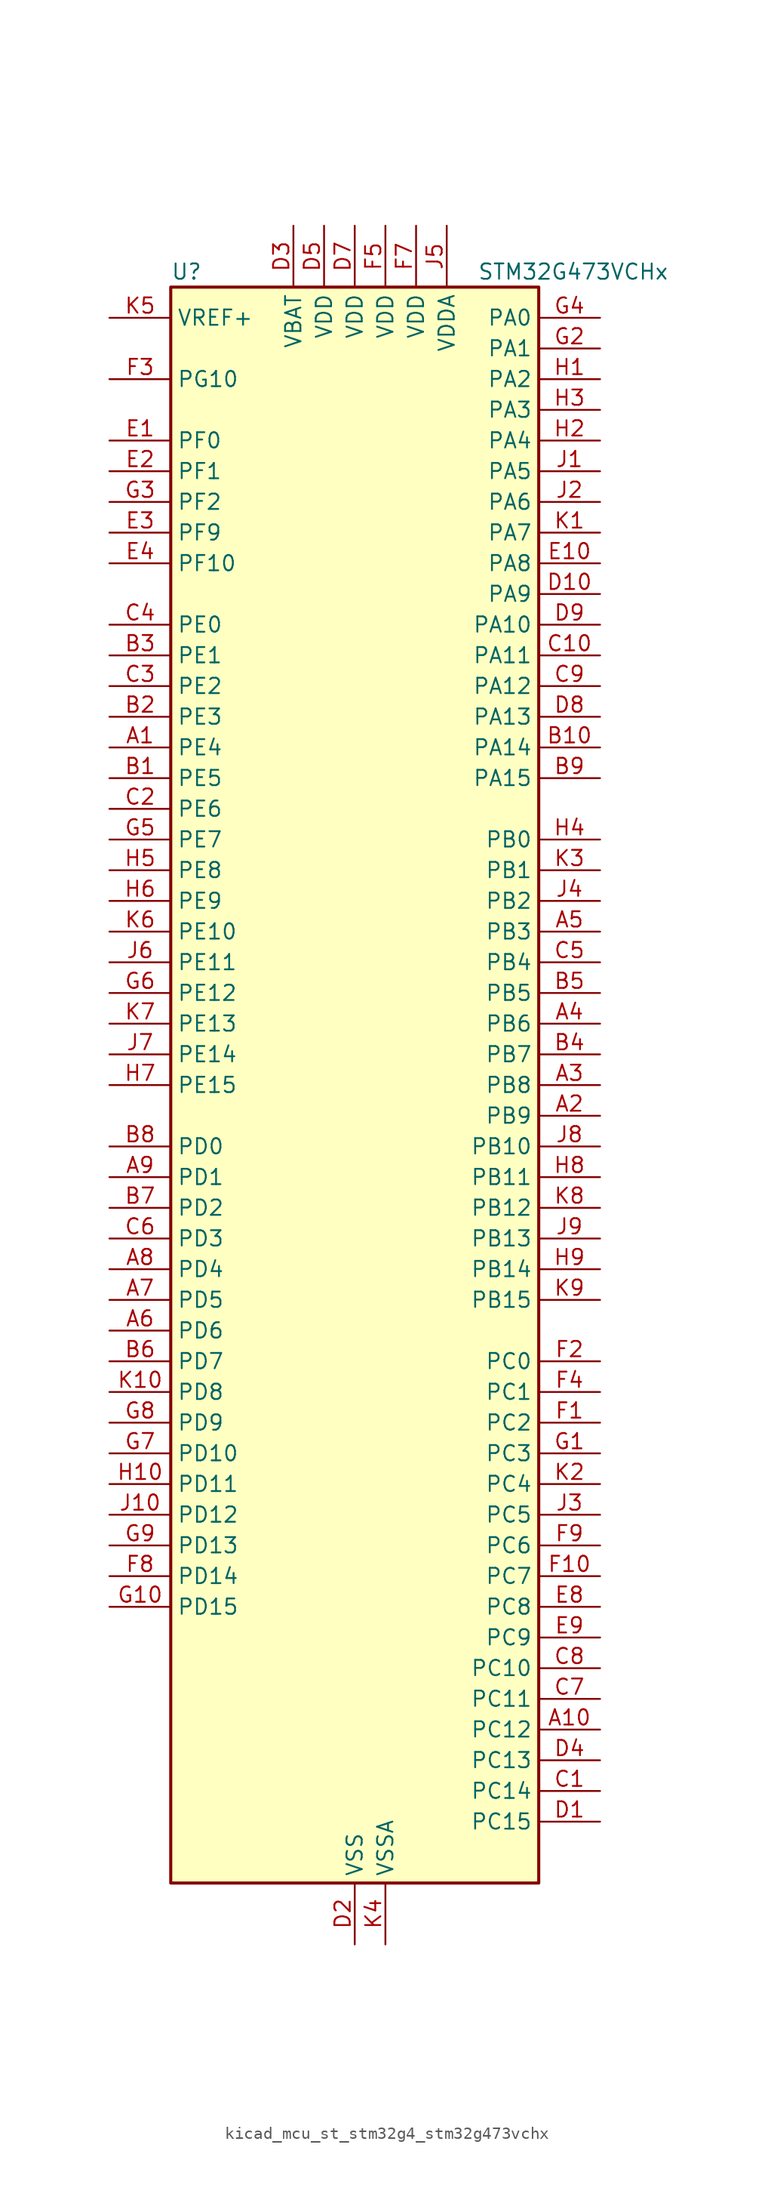
<source format=kicad_sym>
(kicad_symbol_lib
  (version 20220914)
  (generator kicad_symbol_editor)
  (symbol "kicad_mcu_st_stm32g4_stm32g473vchx"
    (property "Reference" "U"
      (at -15.24 67.31 0)
      (effects (font (size 1.27 1.27)) (justify left)))
    (property "Value" "STM32G473VCHx"
      (at 10.16 67.31 0)
      (effects (font (size 1.27 1.27)) (justify left)))
    (property "ki_locked" ""
      (at 0 0 0)
      (effects (font (size 1.27 1.27))))
    (symbol "kicad_mcu_st_stm32g4_stm32g473vchx_0_1"
      (rectangle (start -15.24 -66.04) (end 15.24 66.04) (stroke (width 0.254) (type default)) (fill (type background))))
    (symbol "kicad_mcu_st_stm32g4_stm32g473vchx_1_1"
      (pin bidirectional line (at -20.32 27.94 0) (length 5.08) (name "PE4" (effects (font (size 1.27 1.27)))) (number "A1" (effects (font (size 1.27 1.27)))) (alternate "FMC_A20" bidirectional line) (alternate "SAI1_D2" bidirectional line) (alternate "SAI1_FS_A" bidirectional line) (alternate "SPI4_NSS" bidirectional line) (alternate "SYS_TRACED1" bidirectional line) (alternate "TIM20_CH1N" bidirectional line) (alternate "TIM3_CH3" bidirectional line))
      (pin bidirectional line (at 20.32 -53.34 180) (length 5.08) (name "PC12" (effects (font (size 1.27 1.27)))) (number "A10" (effects (font (size 1.27 1.27)))) (alternate "I2S3_SD" bidirectional line) (alternate "SPI3_MOSI" bidirectional line) (alternate "TIM5_CH2" bidirectional line) (alternate "TIM8_CH3N" bidirectional line) (alternate "UART5_TX" bidirectional line) (alternate "UCPD1_FRSTX1" bidirectional line) (alternate "UCPD1_FRSTX2" bidirectional line) (alternate "USART3_CK" bidirectional line))
      (pin bidirectional line (at 20.32 -2.54 180) (length 5.08) (name "PB9" (effects (font (size 1.27 1.27)))) (number "A2" (effects (font (size 1.27 1.27)))) (alternate "COMP2_OUT" bidirectional line) (alternate "DAC1_EXTI9" bidirectional line) (alternate "DAC2_EXTI9" bidirectional line) (alternate "DAC3_EXTI9" bidirectional line) (alternate "DAC4_EXTI9" bidirectional line) (alternate "FDCAN1_TX" bidirectional line) (alternate "I2C1_SDA" bidirectional line) (alternate "IR_OUT" bidirectional line) (alternate "SAI1_D2" bidirectional line) (alternate "SAI1_FS_A" bidirectional line) (alternate "TIM17_CH1" bidirectional line) (alternate "TIM1_CH3N" bidirectional line) (alternate "TIM4_CH4" bidirectional line) (alternate "TIM8_CH3" bidirectional line) (alternate "USART3_TX" bidirectional line))
      (pin bidirectional line (at 20.32 0 180) (length 5.08) (name "PB8" (effects (font (size 1.27 1.27)))) (number "A3" (effects (font (size 1.27 1.27)))) (alternate "COMP1_OUT" bidirectional line) (alternate "FDCAN1_RX" bidirectional line) (alternate "I2C1_SCL" bidirectional line) (alternate "SAI1_CK1" bidirectional line) (alternate "SAI1_MCLK_A" bidirectional line) (alternate "TIM16_CH1" bidirectional line) (alternate "TIM1_BKIN" bidirectional line) (alternate "TIM4_CH3" bidirectional line) (alternate "TIM8_CH2" bidirectional line) (alternate "USART3_RX" bidirectional line))
      (pin bidirectional line (at 20.32 5.08 180) (length 5.08) (name "PB6" (effects (font (size 1.27 1.27)))) (number "A4" (effects (font (size 1.27 1.27)))) (alternate "COMP4_OUT" bidirectional line) (alternate "FDCAN2_TX" bidirectional line) (alternate "LPTIM1_ETR" bidirectional line) (alternate "SAI1_FS_B" bidirectional line) (alternate "TIM16_CH1N" bidirectional line) (alternate "TIM4_CH1" bidirectional line) (alternate "TIM8_BKIN2" bidirectional line) (alternate "TIM8_CH1" bidirectional line) (alternate "TIM8_ETR" bidirectional line) (alternate "UCPD1_CC1" bidirectional line) (alternate "USART1_TX" bidirectional line))
      (pin bidirectional line (at 20.32 12.7 180) (length 5.08) (name "PB3" (effects (font (size 1.27 1.27)))) (number "A5" (effects (font (size 1.27 1.27)))) (alternate "ADC3_EXTI3" bidirectional line) (alternate "ADC4_EXTI3" bidirectional line) (alternate "ADC5_EXTI3" bidirectional line) (alternate "CRS_SYNC" bidirectional line) (alternate "FDCAN3_RX" bidirectional line) (alternate "I2S3_CK" bidirectional line) (alternate "SAI1_SCK_B" bidirectional line) (alternate "SPI1_SCK" bidirectional line) (alternate "SPI3_SCK" bidirectional line) (alternate "SYS_JTDO-SWO" bidirectional line) (alternate "TIM2_CH2" bidirectional line) (alternate "TIM3_ETR" bidirectional line) (alternate "TIM4_ETR" bidirectional line) (alternate "TIM8_CH1N" bidirectional line) (alternate "USART2_TX" bidirectional line))
      (pin bidirectional line (at -20.32 -20.32 0) (length 5.08) (name "PD6" (effects (font (size 1.27 1.27)))) (number "A6" (effects (font (size 1.27 1.27)))) (alternate "FMC_NWAIT" bidirectional line) (alternate "QUADSPI1_BK2_IO2" bidirectional line) (alternate "SAI1_D1" bidirectional line) (alternate "SAI1_SD_A" bidirectional line) (alternate "TIM2_CH4" bidirectional line) (alternate "USART2_RX" bidirectional line))
      (pin bidirectional line (at -20.32 -17.78 0) (length 5.08) (name "PD5" (effects (font (size 1.27 1.27)))) (number "A7" (effects (font (size 1.27 1.27)))) (alternate "FMC_NWE" bidirectional line) (alternate "QUADSPI1_BK2_IO1" bidirectional line) (alternate "USART2_TX" bidirectional line))
      (pin bidirectional line (at -20.32 -15.24 0) (length 5.08) (name "PD4" (effects (font (size 1.27 1.27)))) (number "A8" (effects (font (size 1.27 1.27)))) (alternate "FMC_NOE" bidirectional line) (alternate "QUADSPI1_BK2_IO0" bidirectional line) (alternate "TIM2_CH2" bidirectional line) (alternate "USART2_DE" bidirectional line) (alternate "USART2_RTS" bidirectional line))
      (pin bidirectional line (at -20.32 -7.62 0) (length 5.08) (name "PD1" (effects (font (size 1.27 1.27)))) (number "A9" (effects (font (size 1.27 1.27)))) (alternate "FDCAN1_TX" bidirectional line) (alternate "FMC_D3" bidirectional line) (alternate "FMC_DA3" bidirectional line) (alternate "TIM8_BKIN2" bidirectional line) (alternate "TIM8_CH4" bidirectional line))
      (pin bidirectional line (at -20.32 25.4 0) (length 5.08) (name "PE5" (effects (font (size 1.27 1.27)))) (number "B1" (effects (font (size 1.27 1.27)))) (alternate "FMC_A21" bidirectional line) (alternate "SAI1_CK2" bidirectional line) (alternate "SAI1_SCK_A" bidirectional line) (alternate "SPI4_MISO" bidirectional line) (alternate "SYS_TRACED2" bidirectional line) (alternate "TIM20_CH2N" bidirectional line) (alternate "TIM3_CH4" bidirectional line))
      (pin bidirectional line (at 20.32 27.94 180) (length 5.08) (name "PA14" (effects (font (size 1.27 1.27)))) (number "B10" (effects (font (size 1.27 1.27)))) (alternate "I2C1_SDA" bidirectional line) (alternate "I2C4_SMBA" bidirectional line) (alternate "LPTIM1_OUT" bidirectional line) (alternate "SAI1_FS_B" bidirectional line) (alternate "SYS_JTCK-SWCLK" bidirectional line) (alternate "TIM1_BKIN" bidirectional line) (alternate "TIM8_CH2" bidirectional line) (alternate "USART2_TX" bidirectional line))
      (pin bidirectional line (at -20.32 30.48 0) (length 5.08) (name "PE3" (effects (font (size 1.27 1.27)))) (number "B2" (effects (font (size 1.27 1.27)))) (alternate "ADC3_EXTI3" bidirectional line) (alternate "ADC4_EXTI3" bidirectional line) (alternate "ADC5_EXTI3" bidirectional line) (alternate "FMC_A19" bidirectional line) (alternate "SAI1_SD_B" bidirectional line) (alternate "SPI4_NSS" bidirectional line) (alternate "SYS_TRACED0" bidirectional line) (alternate "TIM20_CH2" bidirectional line) (alternate "TIM3_CH2" bidirectional line))
      (pin bidirectional line (at -20.32 35.56 0) (length 5.08) (name "PE1" (effects (font (size 1.27 1.27)))) (number "B3" (effects (font (size 1.27 1.27)))) (alternate "FMC_NBL1" bidirectional line) (alternate "TIM17_CH1" bidirectional line) (alternate "TIM20_CH4" bidirectional line) (alternate "USART1_RX" bidirectional line))
      (pin bidirectional line (at 20.32 2.54 180) (length 5.08) (name "PB7" (effects (font (size 1.27 1.27)))) (number "B4" (effects (font (size 1.27 1.27)))) (alternate "COMP3_OUT" bidirectional line) (alternate "FMC_NL" bidirectional line) (alternate "I2C1_SDA" bidirectional line) (alternate "I2C4_SDA" bidirectional line) (alternate "LPTIM1_IN2" bidirectional line) (alternate "SYS_PVD_IN" bidirectional line) (alternate "TIM17_CH1N" bidirectional line) (alternate "TIM3_CH4" bidirectional line) (alternate "TIM4_CH2" bidirectional line) (alternate "TIM8_BKIN" bidirectional line) (alternate "UART4_CTS" bidirectional line) (alternate "USART1_RX" bidirectional line))
      (pin bidirectional line (at 20.32 7.62 180) (length 5.08) (name "PB5" (effects (font (size 1.27 1.27)))) (number "B5" (effects (font (size 1.27 1.27)))) (alternate "FDCAN2_RX" bidirectional line) (alternate "I2C1_SMBA" bidirectional line) (alternate "I2C3_SDA" bidirectional line) (alternate "I2S3_SD" bidirectional line) (alternate "LPTIM1_IN1" bidirectional line) (alternate "SAI1_SD_B" bidirectional line) (alternate "SPI1_MOSI" bidirectional line) (alternate "SPI3_MOSI" bidirectional line) (alternate "TIM16_BKIN" bidirectional line) (alternate "TIM17_CH1" bidirectional line) (alternate "TIM3_CH2" bidirectional line) (alternate "TIM8_CH3N" bidirectional line) (alternate "UART5_CTS" bidirectional line) (alternate "USART2_CK" bidirectional line))
      (pin bidirectional line (at -20.32 -22.86 0) (length 5.08) (name "PD7" (effects (font (size 1.27 1.27)))) (number "B6" (effects (font (size 1.27 1.27)))) (alternate "FMC_NCE" bidirectional line) (alternate "FMC_NE1" bidirectional line) (alternate "QUADSPI1_BK2_IO3" bidirectional line) (alternate "TIM2_CH3" bidirectional line) (alternate "USART2_CK" bidirectional line))
      (pin bidirectional line (at -20.32 -10.16 0) (length 5.08) (name "PD2" (effects (font (size 1.27 1.27)))) (number "B7" (effects (font (size 1.27 1.27)))) (alternate "ADC3_EXTI2" bidirectional line) (alternate "ADC4_EXTI2" bidirectional line) (alternate "ADC5_EXTI2" bidirectional line) (alternate "TIM3_ETR" bidirectional line) (alternate "TIM8_BKIN" bidirectional line) (alternate "UART5_RX" bidirectional line))
      (pin bidirectional line (at -20.32 -5.08 0) (length 5.08) (name "PD0" (effects (font (size 1.27 1.27)))) (number "B8" (effects (font (size 1.27 1.27)))) (alternate "FDCAN1_RX" bidirectional line) (alternate "FMC_D2" bidirectional line) (alternate "FMC_DA2" bidirectional line) (alternate "TIM8_CH4N" bidirectional line))
      (pin bidirectional line (at 20.32 25.4 180) (length 5.08) (name "PA15" (effects (font (size 1.27 1.27)))) (number "B9" (effects (font (size 1.27 1.27)))) (alternate "ADC1_EXTI15" bidirectional line) (alternate "ADC2_EXTI15" bidirectional line) (alternate "FDCAN3_TX" bidirectional line) (alternate "I2C1_SCL" bidirectional line) (alternate "I2S3_WS" bidirectional line) (alternate "SPI1_NSS" bidirectional line) (alternate "SPI3_NSS" bidirectional line) (alternate "SYS_JTDI" bidirectional line) (alternate "TIM1_BKIN" bidirectional line) (alternate "TIM2_CH1" bidirectional line) (alternate "TIM2_ETR" bidirectional line) (alternate "TIM8_CH1" bidirectional line) (alternate "UART4_DE" bidirectional line) (alternate "UART4_RTS" bidirectional line) (alternate "USART2_RX" bidirectional line))
      (pin bidirectional line (at 20.32 -58.42 180) (length 5.08) (name "PC14" (effects (font (size 1.27 1.27)))) (number "C1" (effects (font (size 1.27 1.27)))) (alternate "RCC_OSC32_IN" bidirectional line))
      (pin bidirectional line (at 20.32 35.56 180) (length 5.08) (name "PA11" (effects (font (size 1.27 1.27)))) (number "C10" (effects (font (size 1.27 1.27)))) (alternate "ADC1_EXTI11" bidirectional line) (alternate "ADC2_EXTI11" bidirectional line) (alternate "COMP1_OUT" bidirectional line) (alternate "FDCAN1_RX" bidirectional line) (alternate "I2S2_SD" bidirectional line) (alternate "SPI2_MOSI" bidirectional line) (alternate "TIM1_BKIN2" bidirectional line) (alternate "TIM1_CH1N" bidirectional line) (alternate "TIM1_CH4" bidirectional line) (alternate "TIM4_CH1" bidirectional line) (alternate "USART1_CTS" bidirectional line) (alternate "USART1_NSS" bidirectional line) (alternate "USB_DM" bidirectional line))
      (pin bidirectional line (at -20.32 22.86 0) (length 5.08) (name "PE6" (effects (font (size 1.27 1.27)))) (number "C2" (effects (font (size 1.27 1.27)))) (alternate "FMC_A22" bidirectional line) (alternate "RTC_TAMP3" bidirectional line) (alternate "SAI1_D1" bidirectional line) (alternate "SAI1_SD_A" bidirectional line) (alternate "SPI4_MOSI" bidirectional line) (alternate "SYS_TRACED3" bidirectional line) (alternate "SYS_WKUP3" bidirectional line) (alternate "TIM20_CH3N" bidirectional line))
      (pin bidirectional line (at -20.32 33.02 0) (length 5.08) (name "PE2" (effects (font (size 1.27 1.27)))) (number "C3" (effects (font (size 1.27 1.27)))) (alternate "ADC3_EXTI2" bidirectional line) (alternate "ADC4_EXTI2" bidirectional line) (alternate "ADC5_EXTI2" bidirectional line) (alternate "FMC_A23" bidirectional line) (alternate "SAI1_CK1" bidirectional line) (alternate "SAI1_MCLK_A" bidirectional line) (alternate "SPI4_SCK" bidirectional line) (alternate "SYS_TRACECLK" bidirectional line) (alternate "TIM20_CH1" bidirectional line) (alternate "TIM3_CH1" bidirectional line))
      (pin bidirectional line (at -20.32 38.1 0) (length 5.08) (name "PE0" (effects (font (size 1.27 1.27)))) (number "C4" (effects (font (size 1.27 1.27)))) (alternate "FMC_NBL0" bidirectional line) (alternate "TIM16_CH1" bidirectional line) (alternate "TIM20_CH4N" bidirectional line) (alternate "TIM20_ETR" bidirectional line) (alternate "TIM4_ETR" bidirectional line) (alternate "USART1_TX" bidirectional line))
      (pin bidirectional line (at 20.32 10.16 180) (length 5.08) (name "PB4" (effects (font (size 1.27 1.27)))) (number "C5" (effects (font (size 1.27 1.27)))) (alternate "FDCAN3_TX" bidirectional line) (alternate "SAI1_MCLK_B" bidirectional line) (alternate "SPI1_MISO" bidirectional line) (alternate "SPI3_MISO" bidirectional line) (alternate "SYS_JTRST" bidirectional line) (alternate "TIM16_CH1" bidirectional line) (alternate "TIM17_BKIN" bidirectional line) (alternate "TIM3_CH1" bidirectional line) (alternate "TIM8_CH2N" bidirectional line) (alternate "UART5_DE" bidirectional line) (alternate "UART5_RTS" bidirectional line) (alternate "UCPD1_CC2" bidirectional line) (alternate "USART2_RX" bidirectional line))
      (pin bidirectional line (at -20.32 -12.7 0) (length 5.08) (name "PD3" (effects (font (size 1.27 1.27)))) (number "C6" (effects (font (size 1.27 1.27)))) (alternate "ADC3_EXTI3" bidirectional line) (alternate "ADC4_EXTI3" bidirectional line) (alternate "ADC5_EXTI3" bidirectional line) (alternate "FMC_CLK" bidirectional line) (alternate "QUADSPI1_BK2_NCS" bidirectional line) (alternate "TIM2_CH1" bidirectional line) (alternate "TIM2_ETR" bidirectional line) (alternate "USART2_CTS" bidirectional line) (alternate "USART2_NSS" bidirectional line))
      (pin bidirectional line (at 20.32 -50.8 180) (length 5.08) (name "PC11" (effects (font (size 1.27 1.27)))) (number "C7" (effects (font (size 1.27 1.27)))) (alternate "ADC1_EXTI11" bidirectional line) (alternate "ADC2_EXTI11" bidirectional line) (alternate "I2C3_SDA" bidirectional line) (alternate "SPI3_MISO" bidirectional line) (alternate "TIM8_CH2N" bidirectional line) (alternate "UART4_RX" bidirectional line) (alternate "USART3_RX" bidirectional line))
      (pin bidirectional line (at 20.32 -48.26 180) (length 5.08) (name "PC10" (effects (font (size 1.27 1.27)))) (number "C8" (effects (font (size 1.27 1.27)))) (alternate "DAC1_EXTI10" bidirectional line) (alternate "DAC2_EXTI10" bidirectional line) (alternate "DAC3_EXTI10" bidirectional line) (alternate "DAC4_EXTI10" bidirectional line) (alternate "I2S3_CK" bidirectional line) (alternate "SPI3_SCK" bidirectional line) (alternate "TIM8_CH1N" bidirectional line) (alternate "UART4_TX" bidirectional line) (alternate "USART3_TX" bidirectional line))
      (pin bidirectional line (at 20.32 33.02 180) (length 5.08) (name "PA12" (effects (font (size 1.27 1.27)))) (number "C9" (effects (font (size 1.27 1.27)))) (alternate "COMP2_OUT" bidirectional line) (alternate "FDCAN1_TX" bidirectional line) (alternate "I2S_CKIN" bidirectional line) (alternate "TIM16_CH1" bidirectional line) (alternate "TIM1_CH2N" bidirectional line) (alternate "TIM1_ETR" bidirectional line) (alternate "TIM4_CH2" bidirectional line) (alternate "USART1_DE" bidirectional line) (alternate "USART1_RTS" bidirectional line) (alternate "USB_DP" bidirectional line))
      (pin bidirectional line (at 20.32 -60.96 180) (length 5.08) (name "PC15" (effects (font (size 1.27 1.27)))) (number "D1" (effects (font (size 1.27 1.27)))) (alternate "ADC1_EXTI15" bidirectional line) (alternate "ADC2_EXTI15" bidirectional line) (alternate "RCC_OSC32_OUT" bidirectional line))
      (pin bidirectional line (at 20.32 40.64 180) (length 5.08) (name "PA9" (effects (font (size 1.27 1.27)))) (number "D10" (effects (font (size 1.27 1.27)))) (alternate "ADC5_IN2" bidirectional line) (alternate "COMP5_OUT" bidirectional line) (alternate "DAC1_EXTI9" bidirectional line) (alternate "DAC2_EXTI9" bidirectional line) (alternate "DAC3_EXTI9" bidirectional line) (alternate "DAC4_EXTI9" bidirectional line) (alternate "I2C2_SCL" bidirectional line) (alternate "I2C3_SMBA" bidirectional line) (alternate "I2S3_MCK" bidirectional line) (alternate "SAI1_FS_A" bidirectional line) (alternate "TIM15_BKIN" bidirectional line) (alternate "TIM1_CH2" bidirectional line) (alternate "TIM2_CH3" bidirectional line) (alternate "UCPD1_DBCC1" bidirectional line) (alternate "USART1_TX" bidirectional line))
      (pin power_in line (at 0 -71.12 90) (length 5.08) (name "VSS" (effects (font (size 1.27 1.27)))) (number "D2" (effects (font (size 1.27 1.27)))))
      (pin power_in line (at -5.08 71.12 270) (length 5.08) (name "VBAT" (effects (font (size 1.27 1.27)))) (number "D3" (effects (font (size 1.27 1.27)))))
      (pin bidirectional line (at 20.32 -55.88 180) (length 5.08) (name "PC13" (effects (font (size 1.27 1.27)))) (number "D4" (effects (font (size 1.27 1.27)))) (alternate "RTC_OUT1" bidirectional line) (alternate "RTC_TAMP1" bidirectional line) (alternate "RTC_TS" bidirectional line) (alternate "SYS_WKUP2" bidirectional line) (alternate "TIM1_BKIN" bidirectional line) (alternate "TIM1_CH1N" bidirectional line) (alternate "TIM8_CH4N" bidirectional line))
      (pin power_in line (at -2.54 71.12 270) (length 5.08) (name "VDD" (effects (font (size 1.27 1.27)))) (number "D5" (effects (font (size 1.27 1.27)))))
      (pin passive line (at 0 -71.12 90) (length 5.08) hide (name "VSS" (effects (font (size 1.27 1.27)))) (number "D6" (effects (font (size 1.27 1.27)))))
      (pin power_in line (at 0 71.12 270) (length 5.08) (name "VDD" (effects (font (size 1.27 1.27)))) (number "D7" (effects (font (size 1.27 1.27)))))
      (pin bidirectional line (at 20.32 30.48 180) (length 5.08) (name "PA13" (effects (font (size 1.27 1.27)))) (number "D8" (effects (font (size 1.27 1.27)))) (alternate "I2C1_SCL" bidirectional line) (alternate "I2C4_SCL" bidirectional line) (alternate "IR_OUT" bidirectional line) (alternate "SAI1_SD_B" bidirectional line) (alternate "SYS_JTMS-SWDIO" bidirectional line) (alternate "TIM16_CH1N" bidirectional line) (alternate "TIM4_CH3" bidirectional line) (alternate "USART3_CTS" bidirectional line) (alternate "USART3_NSS" bidirectional line))
      (pin bidirectional line (at 20.32 38.1 180) (length 5.08) (name "PA10" (effects (font (size 1.27 1.27)))) (number "D9" (effects (font (size 1.27 1.27)))) (alternate "COMP6_OUT" bidirectional line) (alternate "CRS_SYNC" bidirectional line) (alternate "DAC1_EXTI10" bidirectional line) (alternate "DAC2_EXTI10" bidirectional line) (alternate "DAC3_EXTI10" bidirectional line) (alternate "DAC4_EXTI10" bidirectional line) (alternate "I2C2_SMBA" bidirectional line) (alternate "SAI1_D1" bidirectional line) (alternate "SAI1_SD_A" bidirectional line) (alternate "SPI2_MISO" bidirectional line) (alternate "TIM17_BKIN" bidirectional line) (alternate "TIM1_CH3" bidirectional line) (alternate "TIM2_CH4" bidirectional line) (alternate "TIM8_BKIN" bidirectional line) (alternate "UCPD1_DBCC2" bidirectional line) (alternate "USART1_RX" bidirectional line))
      (pin bidirectional line (at -20.32 53.34 0) (length 5.08) (name "PF0" (effects (font (size 1.27 1.27)))) (number "E1" (effects (font (size 1.27 1.27)))) (alternate "ADC1_IN10" bidirectional line) (alternate "I2C2_SDA" bidirectional line) (alternate "I2S2_WS" bidirectional line) (alternate "RCC_OSC_IN" bidirectional line) (alternate "SPI2_NSS" bidirectional line) (alternate "TIM1_CH3N" bidirectional line))
      (pin bidirectional line (at 20.32 43.18 180) (length 5.08) (name "PA8" (effects (font (size 1.27 1.27)))) (number "E10" (effects (font (size 1.27 1.27)))) (alternate "ADC5_IN1" bidirectional line) (alternate "COMP7_OUT" bidirectional line) (alternate "FDCAN3_RX" bidirectional line) (alternate "I2C2_SDA" bidirectional line) (alternate "I2C3_SCL" bidirectional line) (alternate "I2S2_MCK" bidirectional line) (alternate "OPAMP5_VOUT" bidirectional line) (alternate "RCC_MCO" bidirectional line) (alternate "SAI1_CK2" bidirectional line) (alternate "SAI1_SCK_A" bidirectional line) (alternate "TIM1_CH1" bidirectional line) (alternate "TIM4_ETR" bidirectional line) (alternate "USART1_CK" bidirectional line))
      (pin bidirectional line (at -20.32 50.8 0) (length 5.08) (name "PF1" (effects (font (size 1.27 1.27)))) (number "E2" (effects (font (size 1.27 1.27)))) (alternate "ADC2_IN10" bidirectional line) (alternate "COMP3_INM" bidirectional line) (alternate "I2S2_CK" bidirectional line) (alternate "RCC_OSC_OUT" bidirectional line) (alternate "SPI2_SCK" bidirectional line))
      (pin bidirectional line (at -20.32 45.72 0) (length 5.08) (name "PF9" (effects (font (size 1.27 1.27)))) (number "E3" (effects (font (size 1.27 1.27)))) (alternate "DAC1_EXTI9" bidirectional line) (alternate "DAC2_EXTI9" bidirectional line) (alternate "DAC3_EXTI9" bidirectional line) (alternate "DAC4_EXTI9" bidirectional line) (alternate "FMC_A25" bidirectional line) (alternate "QUADSPI1_BK1_IO1" bidirectional line) (alternate "SAI1_FS_B" bidirectional line) (alternate "SPI2_SCK" bidirectional line) (alternate "TIM15_CH1" bidirectional line) (alternate "TIM20_BKIN" bidirectional line) (alternate "TIM5_CH4" bidirectional line))
      (pin bidirectional line (at -20.32 43.18 0) (length 5.08) (name "PF10" (effects (font (size 1.27 1.27)))) (number "E4" (effects (font (size 1.27 1.27)))) (alternate "DAC1_EXTI10" bidirectional line) (alternate "DAC2_EXTI10" bidirectional line) (alternate "DAC3_EXTI10" bidirectional line) (alternate "DAC4_EXTI10" bidirectional line) (alternate "FMC_A0" bidirectional line) (alternate "QUADSPI1_CLK" bidirectional line) (alternate "SAI1_D3" bidirectional line) (alternate "SPI2_SCK" bidirectional line) (alternate "TIM15_CH2" bidirectional line) (alternate "TIM20_BKIN2" bidirectional line))
      (pin passive line (at 0 -71.12 90) (length 5.08) hide (name "VSS" (effects (font (size 1.27 1.27)))) (number "E5" (effects (font (size 1.27 1.27)))))
      (pin passive line (at 0 -71.12 90) (length 5.08) hide (name "VSS" (effects (font (size 1.27 1.27)))) (number "E6" (effects (font (size 1.27 1.27)))))
      (pin passive line (at 0 -71.12 90) (length 5.08) hide (name "VSS" (effects (font (size 1.27 1.27)))) (number "E7" (effects (font (size 1.27 1.27)))))
      (pin bidirectional line (at 20.32 -43.18 180) (length 5.08) (name "PC8" (effects (font (size 1.27 1.27)))) (number "E8" (effects (font (size 1.27 1.27)))) (alternate "COMP7_OUT" bidirectional line) (alternate "I2C3_SCL" bidirectional line) (alternate "TIM20_CH3" bidirectional line) (alternate "TIM3_CH3" bidirectional line) (alternate "TIM8_CH3" bidirectional line))
      (pin bidirectional line (at 20.32 -45.72 180) (length 5.08) (name "PC9" (effects (font (size 1.27 1.27)))) (number "E9" (effects (font (size 1.27 1.27)))) (alternate "DAC1_EXTI9" bidirectional line) (alternate "DAC2_EXTI9" bidirectional line) (alternate "DAC3_EXTI9" bidirectional line) (alternate "DAC4_EXTI9" bidirectional line) (alternate "I2C3_SDA" bidirectional line) (alternate "I2S_CKIN" bidirectional line) (alternate "TIM3_CH4" bidirectional line) (alternate "TIM8_BKIN2" bidirectional line) (alternate "TIM8_CH4" bidirectional line))
      (pin bidirectional line (at 20.32 -27.94 180) (length 5.08) (name "PC2" (effects (font (size 1.27 1.27)))) (number "F1" (effects (font (size 1.27 1.27)))) (alternate "ADC1_IN8" bidirectional line) (alternate "ADC2_IN8" bidirectional line) (alternate "ADC3_EXTI2" bidirectional line) (alternate "ADC4_EXTI2" bidirectional line) (alternate "ADC5_EXTI2" bidirectional line) (alternate "COMP3_OUT" bidirectional line) (alternate "LPTIM1_IN2" bidirectional line) (alternate "QUADSPI1_BK2_IO1" bidirectional line) (alternate "TIM1_CH3" bidirectional line) (alternate "TIM20_CH2" bidirectional line))
      (pin bidirectional line (at 20.32 -40.64 180) (length 5.08) (name "PC7" (effects (font (size 1.27 1.27)))) (number "F10" (effects (font (size 1.27 1.27)))) (alternate "COMP5_OUT" bidirectional line) (alternate "I2C4_SDA" bidirectional line) (alternate "I2S3_MCK" bidirectional line) (alternate "TIM3_CH2" bidirectional line) (alternate "TIM8_CH2" bidirectional line))
      (pin bidirectional line (at 20.32 -22.86 180) (length 5.08) (name "PC0" (effects (font (size 1.27 1.27)))) (number "F2" (effects (font (size 1.27 1.27)))) (alternate "ADC1_IN6" bidirectional line) (alternate "ADC2_IN6" bidirectional line) (alternate "COMP3_INM" bidirectional line) (alternate "LPTIM1_IN1" bidirectional line) (alternate "LPUART1_RX" bidirectional line) (alternate "TIM1_CH1" bidirectional line))
      (pin bidirectional line (at -20.32 58.42 0) (length 5.08) (name "PG10" (effects (font (size 1.27 1.27)))) (number "F3" (effects (font (size 1.27 1.27)))) (alternate "DAC1_EXTI10" bidirectional line) (alternate "DAC2_EXTI10" bidirectional line) (alternate "DAC3_EXTI10" bidirectional line) (alternate "DAC4_EXTI10" bidirectional line) (alternate "RCC_MCO" bidirectional line))
      (pin bidirectional line (at 20.32 -25.4 180) (length 5.08) (name "PC1" (effects (font (size 1.27 1.27)))) (number "F4" (effects (font (size 1.27 1.27)))) (alternate "ADC1_IN7" bidirectional line) (alternate "ADC2_IN7" bidirectional line) (alternate "COMP3_INP" bidirectional line) (alternate "LPTIM1_OUT" bidirectional line) (alternate "LPUART1_TX" bidirectional line) (alternate "QUADSPI1_BK2_IO0" bidirectional line) (alternate "SAI1_SD_A" bidirectional line) (alternate "TIM1_CH2" bidirectional line))
      (pin power_in line (at 2.54 71.12 270) (length 5.08) (name "VDD" (effects (font (size 1.27 1.27)))) (number "F5" (effects (font (size 1.27 1.27)))))
      (pin passive line (at 0 -71.12 90) (length 5.08) hide (name "VSS" (effects (font (size 1.27 1.27)))) (number "F6" (effects (font (size 1.27 1.27)))))
      (pin power_in line (at 5.08 71.12 270) (length 5.08) (name "VDD" (effects (font (size 1.27 1.27)))) (number "F7" (effects (font (size 1.27 1.27)))))
      (pin bidirectional line (at -20.32 -40.64 0) (length 5.08) (name "PD14" (effects (font (size 1.27 1.27)))) (number "F8" (effects (font (size 1.27 1.27)))) (alternate "ADC3_IN11" bidirectional line) (alternate "ADC4_IN11" bidirectional line) (alternate "ADC5_IN11" bidirectional line) (alternate "COMP7_INP" bidirectional line) (alternate "FMC_D0" bidirectional line) (alternate "FMC_DA0" bidirectional line) (alternate "OPAMP2_VINP" bidirectional line) (alternate "OPAMP2_VINP_SEC" bidirectional line) (alternate "TIM4_CH3" bidirectional line))
      (pin bidirectional line (at 20.32 -38.1 180) (length 5.08) (name "PC6" (effects (font (size 1.27 1.27)))) (number "F9" (effects (font (size 1.27 1.27)))) (alternate "COMP6_OUT" bidirectional line) (alternate "I2C4_SCL" bidirectional line) (alternate "I2S2_MCK" bidirectional line) (alternate "TIM3_CH1" bidirectional line) (alternate "TIM8_CH1" bidirectional line))
      (pin bidirectional line (at 20.32 -30.48 180) (length 5.08) (name "PC3" (effects (font (size 1.27 1.27)))) (number "G1" (effects (font (size 1.27 1.27)))) (alternate "ADC1_IN9" bidirectional line) (alternate "ADC2_IN9" bidirectional line) (alternate "ADC3_EXTI3" bidirectional line) (alternate "ADC4_EXTI3" bidirectional line) (alternate "ADC5_EXTI3" bidirectional line) (alternate "LPTIM1_ETR" bidirectional line) (alternate "OPAMP5_VINP" bidirectional line) (alternate "OPAMP5_VINP_SEC" bidirectional line) (alternate "QUADSPI1_BK2_IO2" bidirectional line) (alternate "SAI1_D1" bidirectional line) (alternate "SAI1_SD_A" bidirectional line) (alternate "TIM1_BKIN2" bidirectional line) (alternate "TIM1_CH4" bidirectional line))
      (pin bidirectional line (at -20.32 -43.18 0) (length 5.08) (name "PD15" (effects (font (size 1.27 1.27)))) (number "G10" (effects (font (size 1.27 1.27)))) (alternate "ADC1_EXTI15" bidirectional line) (alternate "ADC2_EXTI15" bidirectional line) (alternate "COMP7_INM" bidirectional line) (alternate "FMC_D1" bidirectional line) (alternate "FMC_DA1" bidirectional line) (alternate "SPI2_NSS" bidirectional line) (alternate "TIM4_CH4" bidirectional line))
      (pin bidirectional line (at 20.32 60.96 180) (length 5.08) (name "PA1" (effects (font (size 1.27 1.27)))) (number "G2" (effects (font (size 1.27 1.27)))) (alternate "ADC1_IN2" bidirectional line) (alternate "ADC2_IN2" bidirectional line) (alternate "COMP1_INP" bidirectional line) (alternate "OPAMP1_VINP" bidirectional line) (alternate "OPAMP1_VINP_SEC" bidirectional line) (alternate "OPAMP3_VINP" bidirectional line) (alternate "OPAMP3_VINP_SEC" bidirectional line) (alternate "OPAMP6_VINM" bidirectional line) (alternate "OPAMP6_VINM0" bidirectional line) (alternate "OPAMP6_VINM_SEC" bidirectional line) (alternate "RTC_REFIN" bidirectional line) (alternate "TIM15_CH1N" bidirectional line) (alternate "TIM2_CH2" bidirectional line) (alternate "TIM5_CH2" bidirectional line) (alternate "USART2_DE" bidirectional line) (alternate "USART2_RTS" bidirectional line))
      (pin bidirectional line (at -20.32 48.26 0) (length 5.08) (name "PF2" (effects (font (size 1.27 1.27)))) (number "G3" (effects (font (size 1.27 1.27)))) (alternate "ADC3_EXTI2" bidirectional line) (alternate "ADC4_EXTI2" bidirectional line) (alternate "ADC5_EXTI2" bidirectional line) (alternate "FMC_A2" bidirectional line) (alternate "I2C2_SMBA" bidirectional line) (alternate "TIM20_CH3" bidirectional line))
      (pin bidirectional line (at 20.32 63.5 180) (length 5.08) (name "PA0" (effects (font (size 1.27 1.27)))) (number "G4" (effects (font (size 1.27 1.27)))) (alternate "ADC1_IN1" bidirectional line) (alternate "ADC2_IN1" bidirectional line) (alternate "COMP1_INM" bidirectional line) (alternate "COMP1_OUT" bidirectional line) (alternate "COMP3_INP" bidirectional line) (alternate "RTC_TAMP2" bidirectional line) (alternate "SYS_WKUP1" bidirectional line) (alternate "TIM2_CH1" bidirectional line) (alternate "TIM2_ETR" bidirectional line) (alternate "TIM5_CH1" bidirectional line) (alternate "TIM8_BKIN" bidirectional line) (alternate "TIM8_ETR" bidirectional line) (alternate "USART2_CTS" bidirectional line) (alternate "USART2_NSS" bidirectional line))
      (pin bidirectional line (at -20.32 20.32 0) (length 5.08) (name "PE7" (effects (font (size 1.27 1.27)))) (number "G5" (effects (font (size 1.27 1.27)))) (alternate "ADC3_IN4" bidirectional line) (alternate "COMP4_INP" bidirectional line) (alternate "FMC_D4" bidirectional line) (alternate "FMC_DA4" bidirectional line) (alternate "SAI1_SD_B" bidirectional line) (alternate "TIM1_ETR" bidirectional line))
      (pin bidirectional line (at -20.32 7.62 0) (length 5.08) (name "PE12" (effects (font (size 1.27 1.27)))) (number "G6" (effects (font (size 1.27 1.27)))) (alternate "ADC3_IN16" bidirectional line) (alternate "ADC4_IN16" bidirectional line) (alternate "ADC5_IN16" bidirectional line) (alternate "FMC_D9" bidirectional line) (alternate "FMC_DA9" bidirectional line) (alternate "QUADSPI1_BK1_IO0" bidirectional line) (alternate "SPI4_SCK" bidirectional line) (alternate "TIM1_CH3N" bidirectional line))
      (pin bidirectional line (at -20.32 -30.48 0) (length 5.08) (name "PD10" (effects (font (size 1.27 1.27)))) (number "G7" (effects (font (size 1.27 1.27)))) (alternate "ADC3_IN7" bidirectional line) (alternate "ADC4_IN7" bidirectional line) (alternate "ADC5_IN7" bidirectional line) (alternate "COMP6_INM" bidirectional line) (alternate "DAC1_EXTI10" bidirectional line) (alternate "DAC2_EXTI10" bidirectional line) (alternate "DAC3_EXTI10" bidirectional line) (alternate "DAC4_EXTI10" bidirectional line) (alternate "FMC_D15" bidirectional line) (alternate "FMC_DA15" bidirectional line) (alternate "USART3_CK" bidirectional line))
      (pin bidirectional line (at -20.32 -27.94 0) (length 5.08) (name "PD9" (effects (font (size 1.27 1.27)))) (number "G8" (effects (font (size 1.27 1.27)))) (alternate "ADC4_IN13" bidirectional line) (alternate "ADC5_IN13" bidirectional line) (alternate "DAC1_EXTI9" bidirectional line) (alternate "DAC2_EXTI9" bidirectional line) (alternate "DAC3_EXTI9" bidirectional line) (alternate "DAC4_EXTI9" bidirectional line) (alternate "FMC_D14" bidirectional line) (alternate "FMC_DA14" bidirectional line) (alternate "OPAMP6_VINP" bidirectional line) (alternate "OPAMP6_VINP_SEC" bidirectional line) (alternate "USART3_RX" bidirectional line))
      (pin bidirectional line (at -20.32 -38.1 0) (length 5.08) (name "PD13" (effects (font (size 1.27 1.27)))) (number "G9" (effects (font (size 1.27 1.27)))) (alternate "ADC3_IN10" bidirectional line) (alternate "ADC4_IN10" bidirectional line) (alternate "ADC5_IN10" bidirectional line) (alternate "COMP5_INM" bidirectional line) (alternate "FMC_A18" bidirectional line) (alternate "TIM4_CH2" bidirectional line))
      (pin bidirectional line (at 20.32 58.42 180) (length 5.08) (name "PA2" (effects (font (size 1.27 1.27)))) (number "H1" (effects (font (size 1.27 1.27)))) (alternate "ADC1_IN3" bidirectional line) (alternate "ADC3_EXTI2" bidirectional line) (alternate "ADC4_EXTI2" bidirectional line) (alternate "ADC5_EXTI2" bidirectional line) (alternate "COMP2_INM" bidirectional line) (alternate "COMP2_OUT" bidirectional line) (alternate "LPUART1_TX" bidirectional line) (alternate "OPAMP1_VOUT" bidirectional line) (alternate "QUADSPI1_BK1_NCS" bidirectional line) (alternate "RCC_LSCO" bidirectional line) (alternate "SYS_WKUP4" bidirectional line) (alternate "TIM15_CH1" bidirectional line) (alternate "TIM2_CH3" bidirectional line) (alternate "TIM5_CH3" bidirectional line) (alternate "UCPD1_FRSTX1" bidirectional line) (alternate "UCPD1_FRSTX2" bidirectional line) (alternate "USART2_TX" bidirectional line))
      (pin bidirectional line (at -20.32 -33.02 0) (length 5.08) (name "PD11" (effects (font (size 1.27 1.27)))) (number "H10" (effects (font (size 1.27 1.27)))) (alternate "ADC1_EXTI11" bidirectional line) (alternate "ADC2_EXTI11" bidirectional line) (alternate "ADC3_IN8" bidirectional line) (alternate "ADC4_IN8" bidirectional line) (alternate "ADC5_IN8" bidirectional line) (alternate "COMP6_INP" bidirectional line) (alternate "FMC_A16" bidirectional line) (alternate "FMC_CLE" bidirectional line) (alternate "I2C4_SMBA" bidirectional line) (alternate "OPAMP4_VINP" bidirectional line) (alternate "OPAMP4_VINP_SEC" bidirectional line) (alternate "TIM5_ETR" bidirectional line) (alternate "USART3_CTS" bidirectional line) (alternate "USART3_NSS" bidirectional line))
      (pin bidirectional line (at 20.32 53.34 180) (length 5.08) (name "PA4" (effects (font (size 1.27 1.27)))) (number "H2" (effects (font (size 1.27 1.27)))) (alternate "ADC2_IN17" bidirectional line) (alternate "COMP1_INM" bidirectional line) (alternate "DAC1_OUT1" bidirectional line) (alternate "I2S3_WS" bidirectional line) (alternate "SAI1_FS_B" bidirectional line) (alternate "SPI1_NSS" bidirectional line) (alternate "SPI3_NSS" bidirectional line) (alternate "TIM3_CH2" bidirectional line) (alternate "USART2_CK" bidirectional line))
      (pin bidirectional line (at 20.32 55.88 180) (length 5.08) (name "PA3" (effects (font (size 1.27 1.27)))) (number "H3" (effects (font (size 1.27 1.27)))) (alternate "ADC1_IN4" bidirectional line) (alternate "ADC3_EXTI3" bidirectional line) (alternate "ADC4_EXTI3" bidirectional line) (alternate "ADC5_EXTI3" bidirectional line) (alternate "COMP2_INP" bidirectional line) (alternate "LPUART1_RX" bidirectional line) (alternate "OPAMP1_VINM" bidirectional line) (alternate "OPAMP1_VINM0" bidirectional line) (alternate "OPAMP1_VINM_SEC" bidirectional line) (alternate "OPAMP1_VINP" bidirectional line) (alternate "OPAMP1_VINP_SEC" bidirectional line) (alternate "OPAMP5_VINM" bidirectional line) (alternate "OPAMP5_VINM1" bidirectional line) (alternate "OPAMP5_VINM_SEC" bidirectional line) (alternate "QUADSPI1_CLK" bidirectional line) (alternate "SAI1_CK1" bidirectional line) (alternate "SAI1_MCLK_A" bidirectional line) (alternate "TIM15_CH2" bidirectional line) (alternate "TIM2_CH4" bidirectional line) (alternate "TIM5_CH4" bidirectional line) (alternate "USART2_RX" bidirectional line))
      (pin bidirectional line (at 20.32 20.32 180) (length 5.08) (name "PB0" (effects (font (size 1.27 1.27)))) (number "H4" (effects (font (size 1.27 1.27)))) (alternate "ADC1_IN15" bidirectional line) (alternate "ADC3_IN12" bidirectional line) (alternate "COMP4_INP" bidirectional line) (alternate "OPAMP2_VINP" bidirectional line) (alternate "OPAMP2_VINP_SEC" bidirectional line) (alternate "OPAMP3_VINP" bidirectional line) (alternate "OPAMP3_VINP_SEC" bidirectional line) (alternate "QUADSPI1_BK1_IO1" bidirectional line) (alternate "TIM1_CH2N" bidirectional line) (alternate "TIM3_CH3" bidirectional line) (alternate "TIM8_CH2N" bidirectional line) (alternate "UCPD1_FRSTX1" bidirectional line) (alternate "UCPD1_FRSTX2" bidirectional line))
      (pin bidirectional line (at -20.32 17.78 0) (length 5.08) (name "PE8" (effects (font (size 1.27 1.27)))) (number "H5" (effects (font (size 1.27 1.27)))) (alternate "ADC3_IN6" bidirectional line) (alternate "ADC4_IN6" bidirectional line) (alternate "ADC5_IN6" bidirectional line) (alternate "COMP4_INM" bidirectional line) (alternate "FMC_D5" bidirectional line) (alternate "FMC_DA5" bidirectional line) (alternate "SAI1_SCK_B" bidirectional line) (alternate "TIM1_CH1N" bidirectional line) (alternate "TIM5_CH3" bidirectional line))
      (pin bidirectional line (at -20.32 15.24 0) (length 5.08) (name "PE9" (effects (font (size 1.27 1.27)))) (number "H6" (effects (font (size 1.27 1.27)))) (alternate "ADC3_IN2" bidirectional line) (alternate "DAC1_EXTI9" bidirectional line) (alternate "DAC2_EXTI9" bidirectional line) (alternate "DAC3_EXTI9" bidirectional line) (alternate "DAC4_EXTI9" bidirectional line) (alternate "FMC_D6" bidirectional line) (alternate "FMC_DA6" bidirectional line) (alternate "SAI1_FS_B" bidirectional line) (alternate "TIM1_CH1" bidirectional line) (alternate "TIM5_CH4" bidirectional line))
      (pin bidirectional line (at -20.32 0 0) (length 5.08) (name "PE15" (effects (font (size 1.27 1.27)))) (number "H7" (effects (font (size 1.27 1.27)))) (alternate "ADC1_EXTI15" bidirectional line) (alternate "ADC2_EXTI15" bidirectional line) (alternate "ADC4_IN2" bidirectional line) (alternate "FMC_D12" bidirectional line) (alternate "FMC_DA12" bidirectional line) (alternate "QUADSPI1_BK1_IO3" bidirectional line) (alternate "TIM1_BKIN" bidirectional line) (alternate "TIM1_CH4N" bidirectional line) (alternate "USART3_RX" bidirectional line))
      (pin bidirectional line (at 20.32 -7.62 180) (length 5.08) (name "PB11" (effects (font (size 1.27 1.27)))) (number "H8" (effects (font (size 1.27 1.27)))) (alternate "ADC1_EXTI11" bidirectional line) (alternate "ADC1_IN14" bidirectional line) (alternate "ADC2_EXTI11" bidirectional line) (alternate "ADC2_IN14" bidirectional line) (alternate "COMP6_INP" bidirectional line) (alternate "LPUART1_TX" bidirectional line) (alternate "OPAMP4_VINP" bidirectional line) (alternate "OPAMP4_VINP_SEC" bidirectional line) (alternate "OPAMP6_VOUT" bidirectional line) (alternate "QUADSPI1_BK1_NCS" bidirectional line) (alternate "TIM2_CH4" bidirectional line) (alternate "USART3_RX" bidirectional line))
      (pin bidirectional line (at 20.32 -15.24 180) (length 5.08) (name "PB14" (effects (font (size 1.27 1.27)))) (number "H9" (effects (font (size 1.27 1.27)))) (alternate "ADC1_IN5" bidirectional line) (alternate "ADC4_IN4" bidirectional line) (alternate "COMP4_OUT" bidirectional line) (alternate "COMP7_INP" bidirectional line) (alternate "OPAMP2_VINP" bidirectional line) (alternate "OPAMP2_VINP_SEC" bidirectional line) (alternate "OPAMP5_VINP" bidirectional line) (alternate "OPAMP5_VINP_SEC" bidirectional line) (alternate "SPI2_MISO" bidirectional line) (alternate "TIM15_CH1" bidirectional line) (alternate "TIM1_CH2N" bidirectional line) (alternate "USART3_DE" bidirectional line) (alternate "USART3_RTS" bidirectional line))
      (pin bidirectional line (at 20.32 50.8 180) (length 5.08) (name "PA5" (effects (font (size 1.27 1.27)))) (number "J1" (effects (font (size 1.27 1.27)))) (alternate "ADC2_IN13" bidirectional line) (alternate "COMP2_INM" bidirectional line) (alternate "DAC1_OUT2" bidirectional line) (alternate "OPAMP2_VINM" bidirectional line) (alternate "OPAMP2_VINM0" bidirectional line) (alternate "OPAMP2_VINM_SEC" bidirectional line) (alternate "SPI1_SCK" bidirectional line) (alternate "TIM2_CH1" bidirectional line) (alternate "TIM2_ETR" bidirectional line) (alternate "UCPD1_FRSTX1" bidirectional line) (alternate "UCPD1_FRSTX2" bidirectional line))
      (pin bidirectional line (at -20.32 -35.56 0) (length 5.08) (name "PD12" (effects (font (size 1.27 1.27)))) (number "J10" (effects (font (size 1.27 1.27)))) (alternate "ADC3_IN9" bidirectional line) (alternate "ADC4_IN9" bidirectional line) (alternate "ADC5_IN9" bidirectional line) (alternate "COMP5_INP" bidirectional line) (alternate "FMC_A17" bidirectional line) (alternate "FMC_ALE" bidirectional line) (alternate "OPAMP5_VINP" bidirectional line) (alternate "OPAMP5_VINP_SEC" bidirectional line) (alternate "TIM4_CH1" bidirectional line) (alternate "USART3_DE" bidirectional line) (alternate "USART3_RTS" bidirectional line))
      (pin bidirectional line (at 20.32 48.26 180) (length 5.08) (name "PA6" (effects (font (size 1.27 1.27)))) (number "J2" (effects (font (size 1.27 1.27)))) (alternate "ADC2_IN3" bidirectional line) (alternate "COMP1_OUT" bidirectional line) (alternate "DAC2_OUT1" bidirectional line) (alternate "LPUART1_CTS" bidirectional line) (alternate "OPAMP2_VOUT" bidirectional line) (alternate "QUADSPI1_BK1_IO3" bidirectional line) (alternate "SPI1_MISO" bidirectional line) (alternate "TIM16_CH1" bidirectional line) (alternate "TIM1_BKIN" bidirectional line) (alternate "TIM3_CH1" bidirectional line) (alternate "TIM8_BKIN" bidirectional line))
      (pin bidirectional line (at 20.32 -35.56 180) (length 5.08) (name "PC5" (effects (font (size 1.27 1.27)))) (number "J3" (effects (font (size 1.27 1.27)))) (alternate "ADC2_IN11" bidirectional line) (alternate "OPAMP1_VINM" bidirectional line) (alternate "OPAMP1_VINM1" bidirectional line) (alternate "OPAMP1_VINM_SEC" bidirectional line) (alternate "OPAMP2_VINM" bidirectional line) (alternate "OPAMP2_VINM1" bidirectional line) (alternate "OPAMP2_VINM_SEC" bidirectional line) (alternate "SAI1_D3" bidirectional line) (alternate "SYS_WKUP5" bidirectional line) (alternate "TIM15_BKIN" bidirectional line) (alternate "TIM1_CH4N" bidirectional line) (alternate "USART1_RX" bidirectional line))
      (pin bidirectional line (at 20.32 15.24 180) (length 5.08) (name "PB2" (effects (font (size 1.27 1.27)))) (number "J4" (effects (font (size 1.27 1.27)))) (alternate "ADC2_IN12" bidirectional line) (alternate "ADC3_EXTI2" bidirectional line) (alternate "ADC4_EXTI2" bidirectional line) (alternate "ADC5_EXTI2" bidirectional line) (alternate "COMP4_INM" bidirectional line) (alternate "I2C3_SMBA" bidirectional line) (alternate "LPTIM1_OUT" bidirectional line) (alternate "OPAMP3_VINM" bidirectional line) (alternate "OPAMP3_VINM0" bidirectional line) (alternate "OPAMP3_VINM_SEC" bidirectional line) (alternate "QUADSPI1_BK2_IO1" bidirectional line) (alternate "RTC_OUT2" bidirectional line) (alternate "TIM20_CH1" bidirectional line) (alternate "TIM5_CH1" bidirectional line))
      (pin power_in line (at 7.62 71.12 270) (length 5.08) (name "VDDA" (effects (font (size 1.27 1.27)))) (number "J5" (effects (font (size 1.27 1.27)))))
      (pin bidirectional line (at -20.32 10.16 0) (length 5.08) (name "PE11" (effects (font (size 1.27 1.27)))) (number "J6" (effects (font (size 1.27 1.27)))) (alternate "ADC1_EXTI11" bidirectional line) (alternate "ADC2_EXTI11" bidirectional line) (alternate "ADC3_IN15" bidirectional line) (alternate "ADC4_IN15" bidirectional line) (alternate "ADC5_IN15" bidirectional line) (alternate "FMC_D8" bidirectional line) (alternate "FMC_DA8" bidirectional line) (alternate "QUADSPI1_BK1_NCS" bidirectional line) (alternate "SPI4_NSS" bidirectional line) (alternate "TIM1_CH2" bidirectional line))
      (pin bidirectional line (at -20.32 2.54 0) (length 5.08) (name "PE14" (effects (font (size 1.27 1.27)))) (number "J7" (effects (font (size 1.27 1.27)))) (alternate "ADC4_IN1" bidirectional line) (alternate "FMC_D11" bidirectional line) (alternate "FMC_DA11" bidirectional line) (alternate "QUADSPI1_BK1_IO2" bidirectional line) (alternate "SPI4_MOSI" bidirectional line) (alternate "TIM1_BKIN2" bidirectional line) (alternate "TIM1_CH4" bidirectional line))
      (pin bidirectional line (at 20.32 -5.08 180) (length 5.08) (name "PB10" (effects (font (size 1.27 1.27)))) (number "J8" (effects (font (size 1.27 1.27)))) (alternate "COMP5_INM" bidirectional line) (alternate "DAC1_EXTI10" bidirectional line) (alternate "DAC2_EXTI10" bidirectional line) (alternate "DAC3_EXTI10" bidirectional line) (alternate "DAC4_EXTI10" bidirectional line) (alternate "LPUART1_RX" bidirectional line) (alternate "OPAMP3_VINM" bidirectional line) (alternate "OPAMP3_VINM1" bidirectional line) (alternate "OPAMP3_VINM_SEC" bidirectional line) (alternate "OPAMP4_VINM" bidirectional line) (alternate "OPAMP4_VINM0" bidirectional line) (alternate "OPAMP4_VINM_SEC" bidirectional line) (alternate "QUADSPI1_CLK" bidirectional line) (alternate "SAI1_SCK_A" bidirectional line) (alternate "TIM1_BKIN" bidirectional line) (alternate "TIM2_CH3" bidirectional line) (alternate "USART3_TX" bidirectional line))
      (pin bidirectional line (at 20.32 -12.7 180) (length 5.08) (name "PB13" (effects (font (size 1.27 1.27)))) (number "J9" (effects (font (size 1.27 1.27)))) (alternate "ADC3_IN5" bidirectional line) (alternate "COMP5_INP" bidirectional line) (alternate "FDCAN2_TX" bidirectional line) (alternate "I2S2_CK" bidirectional line) (alternate "LPUART1_CTS" bidirectional line) (alternate "OPAMP3_VINP" bidirectional line) (alternate "OPAMP3_VINP_SEC" bidirectional line) (alternate "OPAMP4_VINP" bidirectional line) (alternate "OPAMP4_VINP_SEC" bidirectional line) (alternate "OPAMP6_VINP" bidirectional line) (alternate "OPAMP6_VINP_SEC" bidirectional line) (alternate "SPI2_SCK" bidirectional line) (alternate "TIM1_CH1N" bidirectional line) (alternate "USART3_CTS" bidirectional line) (alternate "USART3_NSS" bidirectional line))
      (pin bidirectional line (at 20.32 45.72 180) (length 5.08) (name "PA7" (effects (font (size 1.27 1.27)))) (number "K1" (effects (font (size 1.27 1.27)))) (alternate "ADC2_IN4" bidirectional line) (alternate "COMP2_INP" bidirectional line) (alternate "COMP2_OUT" bidirectional line) (alternate "OPAMP1_VINP" bidirectional line) (alternate "OPAMP1_VINP_SEC" bidirectional line) (alternate "OPAMP2_VINP" bidirectional line) (alternate "OPAMP2_VINP_SEC" bidirectional line) (alternate "QUADSPI1_BK1_IO2" bidirectional line) (alternate "SPI1_MOSI" bidirectional line) (alternate "TIM17_CH1" bidirectional line) (alternate "TIM1_CH1N" bidirectional line) (alternate "TIM3_CH2" bidirectional line) (alternate "TIM8_CH1N" bidirectional line) (alternate "UCPD1_FRSTX1" bidirectional line) (alternate "UCPD1_FRSTX2" bidirectional line))
      (pin bidirectional line (at -20.32 -25.4 0) (length 5.08) (name "PD8" (effects (font (size 1.27 1.27)))) (number "K10" (effects (font (size 1.27 1.27)))) (alternate "ADC4_IN12" bidirectional line) (alternate "ADC5_IN12" bidirectional line) (alternate "FMC_D13" bidirectional line) (alternate "FMC_DA13" bidirectional line) (alternate "OPAMP4_VINM" bidirectional line) (alternate "OPAMP4_VINM1" bidirectional line) (alternate "OPAMP4_VINM_SEC" bidirectional line) (alternate "USART3_TX" bidirectional line))
      (pin bidirectional line (at 20.32 -33.02 180) (length 5.08) (name "PC4" (effects (font (size 1.27 1.27)))) (number "K2" (effects (font (size 1.27 1.27)))) (alternate "ADC2_IN5" bidirectional line) (alternate "I2C2_SCL" bidirectional line) (alternate "QUADSPI1_BK2_IO3" bidirectional line) (alternate "TIM1_ETR" bidirectional line) (alternate "USART1_TX" bidirectional line))
      (pin bidirectional line (at 20.32 17.78 180) (length 5.08) (name "PB1" (effects (font (size 1.27 1.27)))) (number "K3" (effects (font (size 1.27 1.27)))) (alternate "ADC1_IN12" bidirectional line) (alternate "ADC3_IN1" bidirectional line) (alternate "COMP1_INP" bidirectional line) (alternate "COMP4_OUT" bidirectional line) (alternate "LPUART1_DE" bidirectional line) (alternate "LPUART1_RTS" bidirectional line) (alternate "OPAMP3_VOUT" bidirectional line) (alternate "OPAMP6_VINM" bidirectional line) (alternate "OPAMP6_VINM1" bidirectional line) (alternate "OPAMP6_VINM_SEC" bidirectional line) (alternate "QUADSPI1_BK1_IO0" bidirectional line) (alternate "TIM1_CH3N" bidirectional line) (alternate "TIM3_CH4" bidirectional line) (alternate "TIM8_CH3N" bidirectional line))
      (pin power_in line (at 2.54 -71.12 90) (length 5.08) (name "VSSA" (effects (font (size 1.27 1.27)))) (number "K4" (effects (font (size 1.27 1.27)))))
      (pin input line (at -20.32 63.5 0) (length 5.08) (name "VREF+" (effects (font (size 1.27 1.27)))) (number "K5" (effects (font (size 1.27 1.27)))) (alternate "VREFBUF_OUT" bidirectional line))
      (pin bidirectional line (at -20.32 12.7 0) (length 5.08) (name "PE10" (effects (font (size 1.27 1.27)))) (number "K6" (effects (font (size 1.27 1.27)))) (alternate "ADC3_IN14" bidirectional line) (alternate "ADC4_IN14" bidirectional line) (alternate "ADC5_IN14" bidirectional line) (alternate "DAC1_EXTI10" bidirectional line) (alternate "DAC2_EXTI10" bidirectional line) (alternate "DAC3_EXTI10" bidirectional line) (alternate "DAC4_EXTI10" bidirectional line) (alternate "FMC_D7" bidirectional line) (alternate "FMC_DA7" bidirectional line) (alternate "QUADSPI1_CLK" bidirectional line) (alternate "SAI1_MCLK_B" bidirectional line) (alternate "TIM1_CH2N" bidirectional line))
      (pin bidirectional line (at -20.32 5.08 0) (length 5.08) (name "PE13" (effects (font (size 1.27 1.27)))) (number "K7" (effects (font (size 1.27 1.27)))) (alternate "ADC3_IN3" bidirectional line) (alternate "FMC_D10" bidirectional line) (alternate "FMC_DA10" bidirectional line) (alternate "QUADSPI1_BK1_IO1" bidirectional line) (alternate "SPI4_MISO" bidirectional line) (alternate "TIM1_CH3" bidirectional line))
      (pin bidirectional line (at 20.32 -10.16 180) (length 5.08) (name "PB12" (effects (font (size 1.27 1.27)))) (number "K8" (effects (font (size 1.27 1.27)))) (alternate "ADC1_IN11" bidirectional line) (alternate "ADC4_IN3" bidirectional line) (alternate "COMP7_INM" bidirectional line) (alternate "FDCAN2_RX" bidirectional line) (alternate "I2C2_SMBA" bidirectional line) (alternate "I2S2_WS" bidirectional line) (alternate "LPUART1_DE" bidirectional line) (alternate "LPUART1_RTS" bidirectional line) (alternate "OPAMP4_VOUT" bidirectional line) (alternate "OPAMP6_VINP" bidirectional line) (alternate "OPAMP6_VINP_SEC" bidirectional line) (alternate "SPI2_NSS" bidirectional line) (alternate "TIM1_BKIN" bidirectional line) (alternate "TIM5_ETR" bidirectional line) (alternate "USART3_CK" bidirectional line))
      (pin bidirectional line (at 20.32 -17.78 180) (length 5.08) (name "PB15" (effects (font (size 1.27 1.27)))) (number "K9" (effects (font (size 1.27 1.27)))) (alternate "ADC1_EXTI15" bidirectional line) (alternate "ADC2_EXTI15" bidirectional line) (alternate "ADC2_IN15" bidirectional line) (alternate "ADC4_IN5" bidirectional line) (alternate "COMP3_OUT" bidirectional line) (alternate "COMP6_INM" bidirectional line) (alternate "I2S2_SD" bidirectional line) (alternate "OPAMP5_VINM" bidirectional line) (alternate "OPAMP5_VINM0" bidirectional line) (alternate "OPAMP5_VINM_SEC" bidirectional line) (alternate "RTC_REFIN" bidirectional line) (alternate "SPI2_MOSI" bidirectional line) (alternate "TIM15_CH1N" bidirectional line) (alternate "TIM15_CH2" bidirectional line) (alternate "TIM1_CH3N" bidirectional line)))))
</source>
